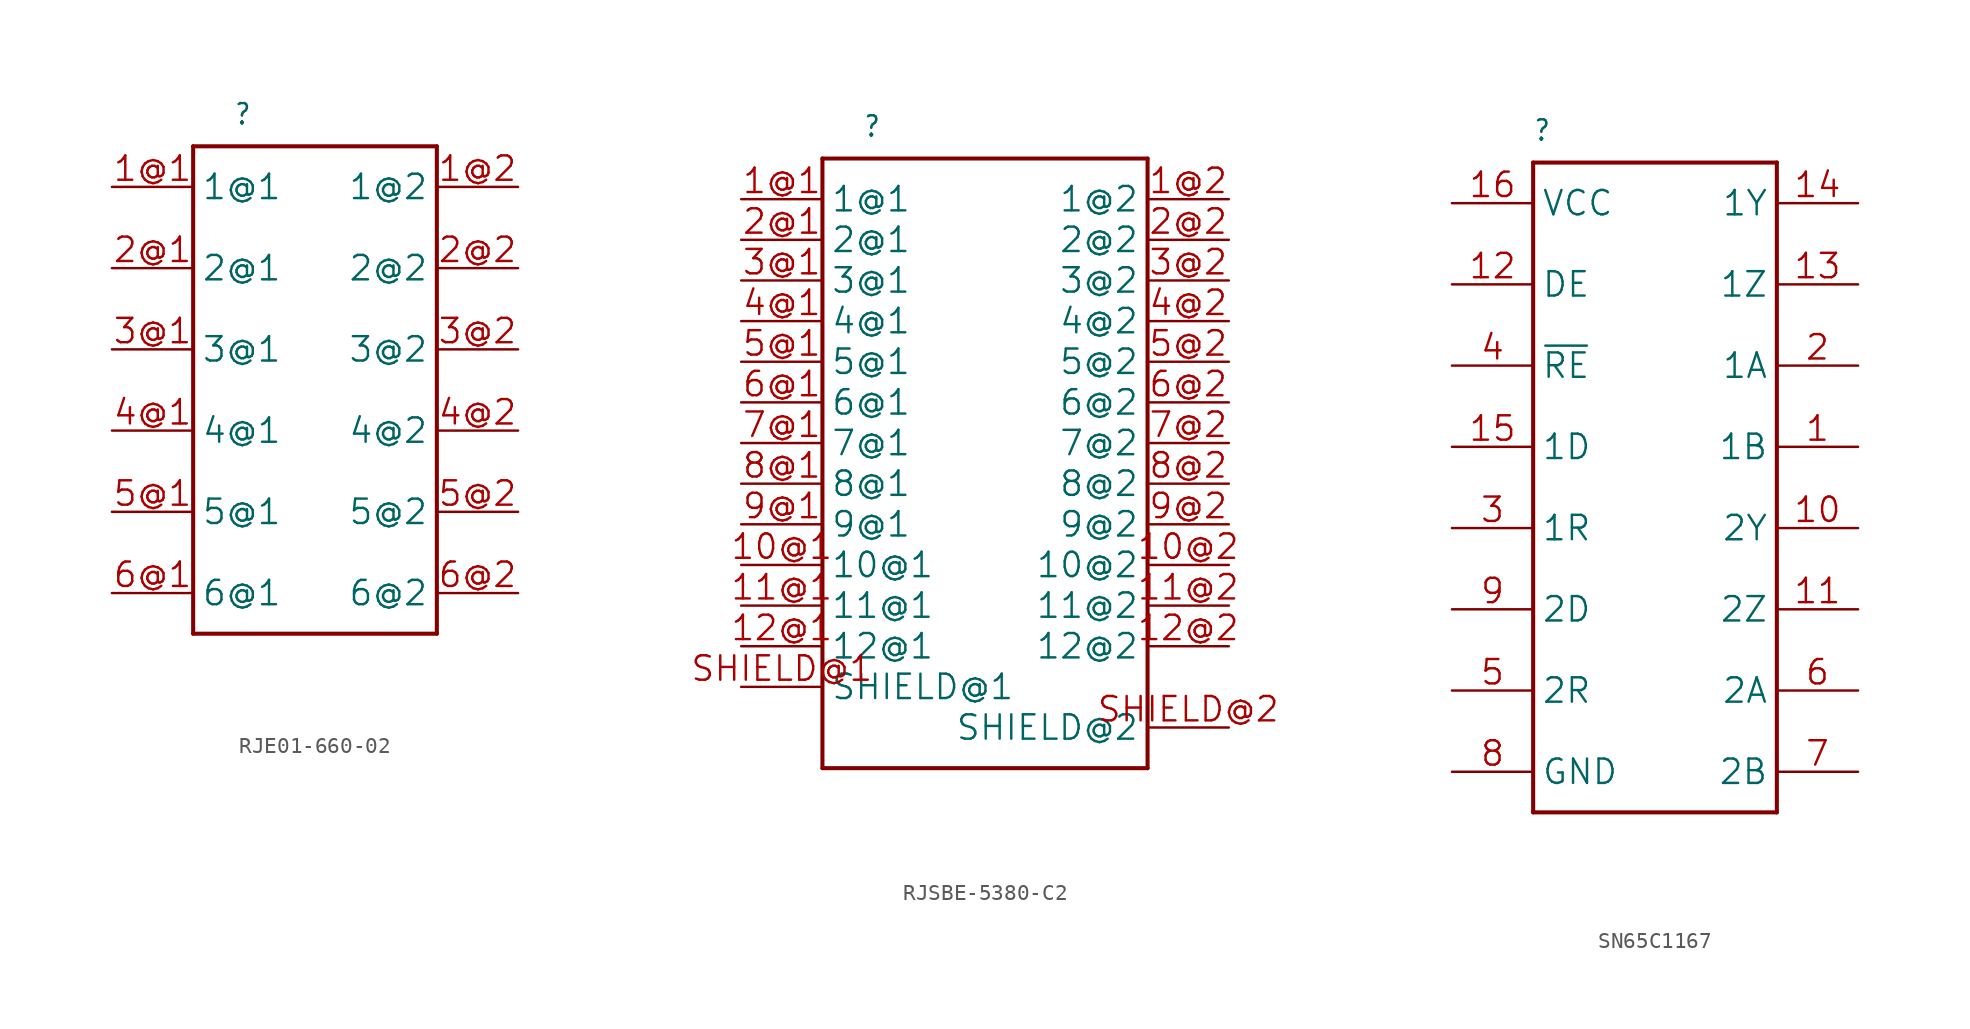
<source format=kicad_sym>
(kicad_symbol_lib
  (version 20241209)
  (generator "kicad_symbol_editor")
  (generator_version "9.0")
  (symbol "RJE01-660-02"
    (property "Reference" ""
      (at -5.08 16.51 0)
      (effects (font (size 1.27 1.079)) (justify left bottom)))
    (property "Value" ""
      (at -5.08 -17.78 0)
      (effects (font (size 1.27 1.079)) (justify left bottom)))
    (property "ki_locked" ""
      (at 0 0 0)
      (effects (font (size 1.27 1.27))))
    (symbol "RJE01-660-02_1_0"
      (polyline (pts (xy -7.62 15.24) (xy -7.62 -15.24)) (stroke (width 0.254) (type solid)) (fill (type none)))
      (polyline (pts (xy -7.62 -15.24) (xy 7.62 -15.24)) (stroke (width 0.254) (type solid)) (fill (type none)))
      (polyline (pts (xy 7.62 15.24) (xy -7.62 15.24)) (stroke (width 0.254) (type solid)) (fill (type none)))
      (polyline (pts (xy 7.62 -15.24) (xy 7.62 15.24)) (stroke (width 0.254) (type solid)) (fill (type none)))
      (pin bidirectional line (at -12.7 12.7 0) (length 5.08) (name "1@1" (effects (font (size 1.524 1.524)))) (number "1@1" (effects (font (size 1.524 1.524)))))
      (pin bidirectional line (at -12.7 7.62 0) (length 5.08) (name "2@1" (effects (font (size 1.524 1.524)))) (number "2@1" (effects (font (size 1.524 1.524)))))
      (pin bidirectional line (at -12.7 2.54 0) (length 5.08) (name "3@1" (effects (font (size 1.524 1.524)))) (number "3@1" (effects (font (size 1.524 1.524)))))
      (pin bidirectional line (at -12.7 -2.54 0) (length 5.08) (name "4@1" (effects (font (size 1.524 1.524)))) (number "4@1" (effects (font (size 1.524 1.524)))))
      (pin bidirectional line (at -12.7 -7.62 0) (length 5.08) (name "5@1" (effects (font (size 1.524 1.524)))) (number "5@1" (effects (font (size 1.524 1.524)))))
      (pin bidirectional line (at -12.7 -12.7 0) (length 5.08) (name "6@1" (effects (font (size 1.524 1.524)))) (number "6@1" (effects (font (size 1.524 1.524)))))
      (pin bidirectional line (at 12.7 12.7 180) (length 5.08) (name "1@2" (effects (font (size 1.524 1.524)))) (number "1@2" (effects (font (size 1.524 1.524)))))
      (pin bidirectional line (at 12.7 7.62 180) (length 5.08) (name "2@2" (effects (font (size 1.524 1.524)))) (number "2@2" (effects (font (size 1.524 1.524)))))
      (pin bidirectional line (at 12.7 2.54 180) (length 5.08) (name "3@2" (effects (font (size 1.524 1.524)))) (number "3@2" (effects (font (size 1.524 1.524)))))
      (pin bidirectional line (at 12.7 -2.54 180) (length 5.08) (name "4@2" (effects (font (size 1.524 1.524)))) (number "4@2" (effects (font (size 1.524 1.524)))))
      (pin bidirectional line (at 12.7 -7.62 180) (length 5.08) (name "5@2" (effects (font (size 1.524 1.524)))) (number "5@2" (effects (font (size 1.524 1.524)))))
      (pin bidirectional line (at 12.7 -12.7 180) (length 5.08) (name "6@2" (effects (font (size 1.524 1.524)))) (number "6@2" (effects (font (size 1.524 1.524)))))))
  (symbol "RJSBE-5380-C2"
    (property "Reference" ""
      (at -7.62 19.05 0)
      (effects (font (size 1.27 1.079)) (justify left bottom)))
    (property "Value" ""
      (at -7.62 -22.86 0)
      (effects (font (size 1.27 1.079)) (justify left bottom)))
    (property "ki_locked" ""
      (at 0 0 0)
      (effects (font (size 1.27 1.27))))
    (symbol "RJSBE-5380-C2_1_0"
      (polyline (pts (xy -10.16 17.78) (xy -10.16 -20.32)) (stroke (width 0.254) (type solid)) (fill (type none)))
      (polyline (pts (xy -10.16 -20.32) (xy 10.16 -20.32)) (stroke (width 0.254) (type solid)) (fill (type none)))
      (polyline (pts (xy 10.16 17.78) (xy -10.16 17.78)) (stroke (width 0.254) (type solid)) (fill (type none)))
      (polyline (pts (xy 10.16 -20.32) (xy 10.16 17.78)) (stroke (width 0.254) (type solid)) (fill (type none)))
      (pin bidirectional line (at -15.24 15.24 0) (length 5.08) (name "1@1" (effects (font (size 1.524 1.524)))) (number "1@1" (effects (font (size 1.524 1.524)))))
      (pin bidirectional line (at -15.24 12.7 0) (length 5.08) (name "2@1" (effects (font (size 1.524 1.524)))) (number "2@1" (effects (font (size 1.524 1.524)))))
      (pin bidirectional line (at -15.24 10.16 0) (length 5.08) (name "3@1" (effects (font (size 1.524 1.524)))) (number "3@1" (effects (font (size 1.524 1.524)))))
      (pin bidirectional line (at -15.24 7.62 0) (length 5.08) (name "4@1" (effects (font (size 1.524 1.524)))) (number "4@1" (effects (font (size 1.524 1.524)))))
      (pin bidirectional line (at -15.24 5.08 0) (length 5.08) (name "5@1" (effects (font (size 1.524 1.524)))) (number "5@1" (effects (font (size 1.524 1.524)))))
      (pin bidirectional line (at -15.24 2.54 0) (length 5.08) (name "6@1" (effects (font (size 1.524 1.524)))) (number "6@1" (effects (font (size 1.524 1.524)))))
      (pin bidirectional line (at -15.24 0 0) (length 5.08) (name "7@1" (effects (font (size 1.524 1.524)))) (number "7@1" (effects (font (size 1.524 1.524)))))
      (pin bidirectional line (at -15.24 -2.54 0) (length 5.08) (name "8@1" (effects (font (size 1.524 1.524)))) (number "8@1" (effects (font (size 1.524 1.524)))))
      (pin bidirectional line (at -15.24 -5.08 0) (length 5.08) (name "9@1" (effects (font (size 1.524 1.524)))) (number "9@1" (effects (font (size 1.524 1.524)))))
      (pin bidirectional line (at -15.24 -7.62 0) (length 5.08) (name "10@1" (effects (font (size 1.524 1.524)))) (number "10@1" (effects (font (size 1.524 1.524)))))
      (pin bidirectional line (at -15.24 -10.16 0) (length 5.08) (name "11@1" (effects (font (size 1.524 1.524)))) (number "11@1" (effects (font (size 1.524 1.524)))))
      (pin bidirectional line (at -15.24 -12.7 0) (length 5.08) (name "12@1" (effects (font (size 1.524 1.524)))) (number "12@1" (effects (font (size 1.524 1.524)))))
      (pin bidirectional line (at -15.24 -15.24 0) (length 5.08) (name "SHIELD@1" (effects (font (size 1.524 1.524)))) (number "SHIELD@1" (effects (font (size 1.524 1.524)))))
      (pin bidirectional line (at 15.24 15.24 180) (length 5.08) (name "1@2" (effects (font (size 1.524 1.524)))) (number "1@2" (effects (font (size 1.524 1.524)))))
      (pin bidirectional line (at 15.24 12.7 180) (length 5.08) (name "2@2" (effects (font (size 1.524 1.524)))) (number "2@2" (effects (font (size 1.524 1.524)))))
      (pin bidirectional line (at 15.24 10.16 180) (length 5.08) (name "3@2" (effects (font (size 1.524 1.524)))) (number "3@2" (effects (font (size 1.524 1.524)))))
      (pin bidirectional line (at 15.24 7.62 180) (length 5.08) (name "4@2" (effects (font (size 1.524 1.524)))) (number "4@2" (effects (font (size 1.524 1.524)))))
      (pin bidirectional line (at 15.24 5.08 180) (length 5.08) (name "5@2" (effects (font (size 1.524 1.524)))) (number "5@2" (effects (font (size 1.524 1.524)))))
      (pin bidirectional line (at 15.24 2.54 180) (length 5.08) (name "6@2" (effects (font (size 1.524 1.524)))) (number "6@2" (effects (font (size 1.524 1.524)))))
      (pin bidirectional line (at 15.24 0 180) (length 5.08) (name "7@2" (effects (font (size 1.524 1.524)))) (number "7@2" (effects (font (size 1.524 1.524)))))
      (pin bidirectional line (at 15.24 -2.54 180) (length 5.08) (name "8@2" (effects (font (size 1.524 1.524)))) (number "8@2" (effects (font (size 1.524 1.524)))))
      (pin bidirectional line (at 15.24 -5.08 180) (length 5.08) (name "9@2" (effects (font (size 1.524 1.524)))) (number "9@2" (effects (font (size 1.524 1.524)))))
      (pin bidirectional line (at 15.24 -7.62 180) (length 5.08) (name "10@2" (effects (font (size 1.524 1.524)))) (number "10@2" (effects (font (size 1.524 1.524)))))
      (pin bidirectional line (at 15.24 -10.16 180) (length 5.08) (name "11@2" (effects (font (size 1.524 1.524)))) (number "11@2" (effects (font (size 1.524 1.524)))))
      (pin bidirectional line (at 15.24 -12.7 180) (length 5.08) (name "12@2" (effects (font (size 1.524 1.524)))) (number "12@2" (effects (font (size 1.524 1.524)))))
      (pin bidirectional line (at 15.24 -17.78 180) (length 5.08) (name "SHIELD@2" (effects (font (size 1.524 1.524)))) (number "SHIELD@2" (effects (font (size 1.524 1.524)))))))
  (symbol "SN65C1167"
    (property "Reference" ""
      (at -10.16 21.59 0)
      (effects (font (size 1.27 1.079)) (justify left bottom)))
    (property "Value" ""
      (at -10.16 -22.86 0)
      (effects (font (size 1.27 1.079)) (justify left bottom)))
    (property "ki_locked" ""
      (at 0 0 0)
      (effects (font (size 1.27 1.27))))
    (symbol "SN65C1167_1_0"
      (polyline (pts (xy -10.16 20.32) (xy -10.16 -20.32)) (stroke (width 0.254) (type solid)) (fill (type none)))
      (polyline (pts (xy -10.16 -20.32) (xy 5.08 -20.32)) (stroke (width 0.254) (type solid)) (fill (type none)))
      (polyline (pts (xy 5.08 20.32) (xy -10.16 20.32)) (stroke (width 0.254) (type solid)) (fill (type none)))
      (polyline (pts (xy 5.08 -20.32) (xy 5.08 20.32)) (stroke (width 0.254) (type solid)) (fill (type none)))
      (pin bidirectional line (at -15.24 17.78 0) (length 5.08) (name "VCC" (effects (font (size 1.524 1.524)))) (number "16" (effects (font (size 1.524 1.524)))))
      (pin bidirectional line (at -15.24 12.7 0) (length 5.08) (name "DE" (effects (font (size 1.524 1.524)))) (number "12" (effects (font (size 1.524 1.524)))))
      (pin bidirectional line (at -15.24 7.62 0) (length 5.08) (name "~{RE}" (effects (font (size 1.524 1.524)))) (number "4" (effects (font (size 1.524 1.524)))))
      (pin bidirectional line (at -15.24 2.54 0) (length 5.08) (name "1D" (effects (font (size 1.524 1.524)))) (number "15" (effects (font (size 1.524 1.524)))))
      (pin bidirectional line (at -15.24 -2.54 0) (length 5.08) (name "1R" (effects (font (size 1.524 1.524)))) (number "3" (effects (font (size 1.524 1.524)))))
      (pin bidirectional line (at -15.24 -7.62 0) (length 5.08) (name "2D" (effects (font (size 1.524 1.524)))) (number "9" (effects (font (size 1.524 1.524)))))
      (pin bidirectional line (at -15.24 -12.7 0) (length 5.08) (name "2R" (effects (font (size 1.524 1.524)))) (number "5" (effects (font (size 1.524 1.524)))))
      (pin bidirectional line (at -15.24 -17.78 0) (length 5.08) (name "GND" (effects (font (size 1.524 1.524)))) (number "8" (effects (font (size 1.524 1.524)))))
      (pin bidirectional line (at 10.16 17.78 180) (length 5.08) (name "1Y" (effects (font (size 1.524 1.524)))) (number "14" (effects (font (size 1.524 1.524)))))
      (pin bidirectional line (at 10.16 12.7 180) (length 5.08) (name "1Z" (effects (font (size 1.524 1.524)))) (number "13" (effects (font (size 1.524 1.524)))))
      (pin bidirectional line (at 10.16 7.62 180) (length 5.08) (name "1A" (effects (font (size 1.524 1.524)))) (number "2" (effects (font (size 1.524 1.524)))))
      (pin bidirectional line (at 10.16 2.54 180) (length 5.08) (name "1B" (effects (font (size 1.524 1.524)))) (number "1" (effects (font (size 1.524 1.524)))))
      (pin bidirectional line (at 10.16 -2.54 180) (length 5.08) (name "2Y" (effects (font (size 1.524 1.524)))) (number "10" (effects (font (size 1.524 1.524)))))
      (pin bidirectional line (at 10.16 -7.62 180) (length 5.08) (name "2Z" (effects (font (size 1.524 1.524)))) (number "11" (effects (font (size 1.524 1.524)))))
      (pin bidirectional line (at 10.16 -12.7 180) (length 5.08) (name "2A" (effects (font (size 1.524 1.524)))) (number "6" (effects (font (size 1.524 1.524)))))
      (pin bidirectional line (at 10.16 -17.78 180) (length 5.08) (name "2B" (effects (font (size 1.524 1.524)))) (number "7" (effects (font (size 1.524 1.524))))))))
</source>
